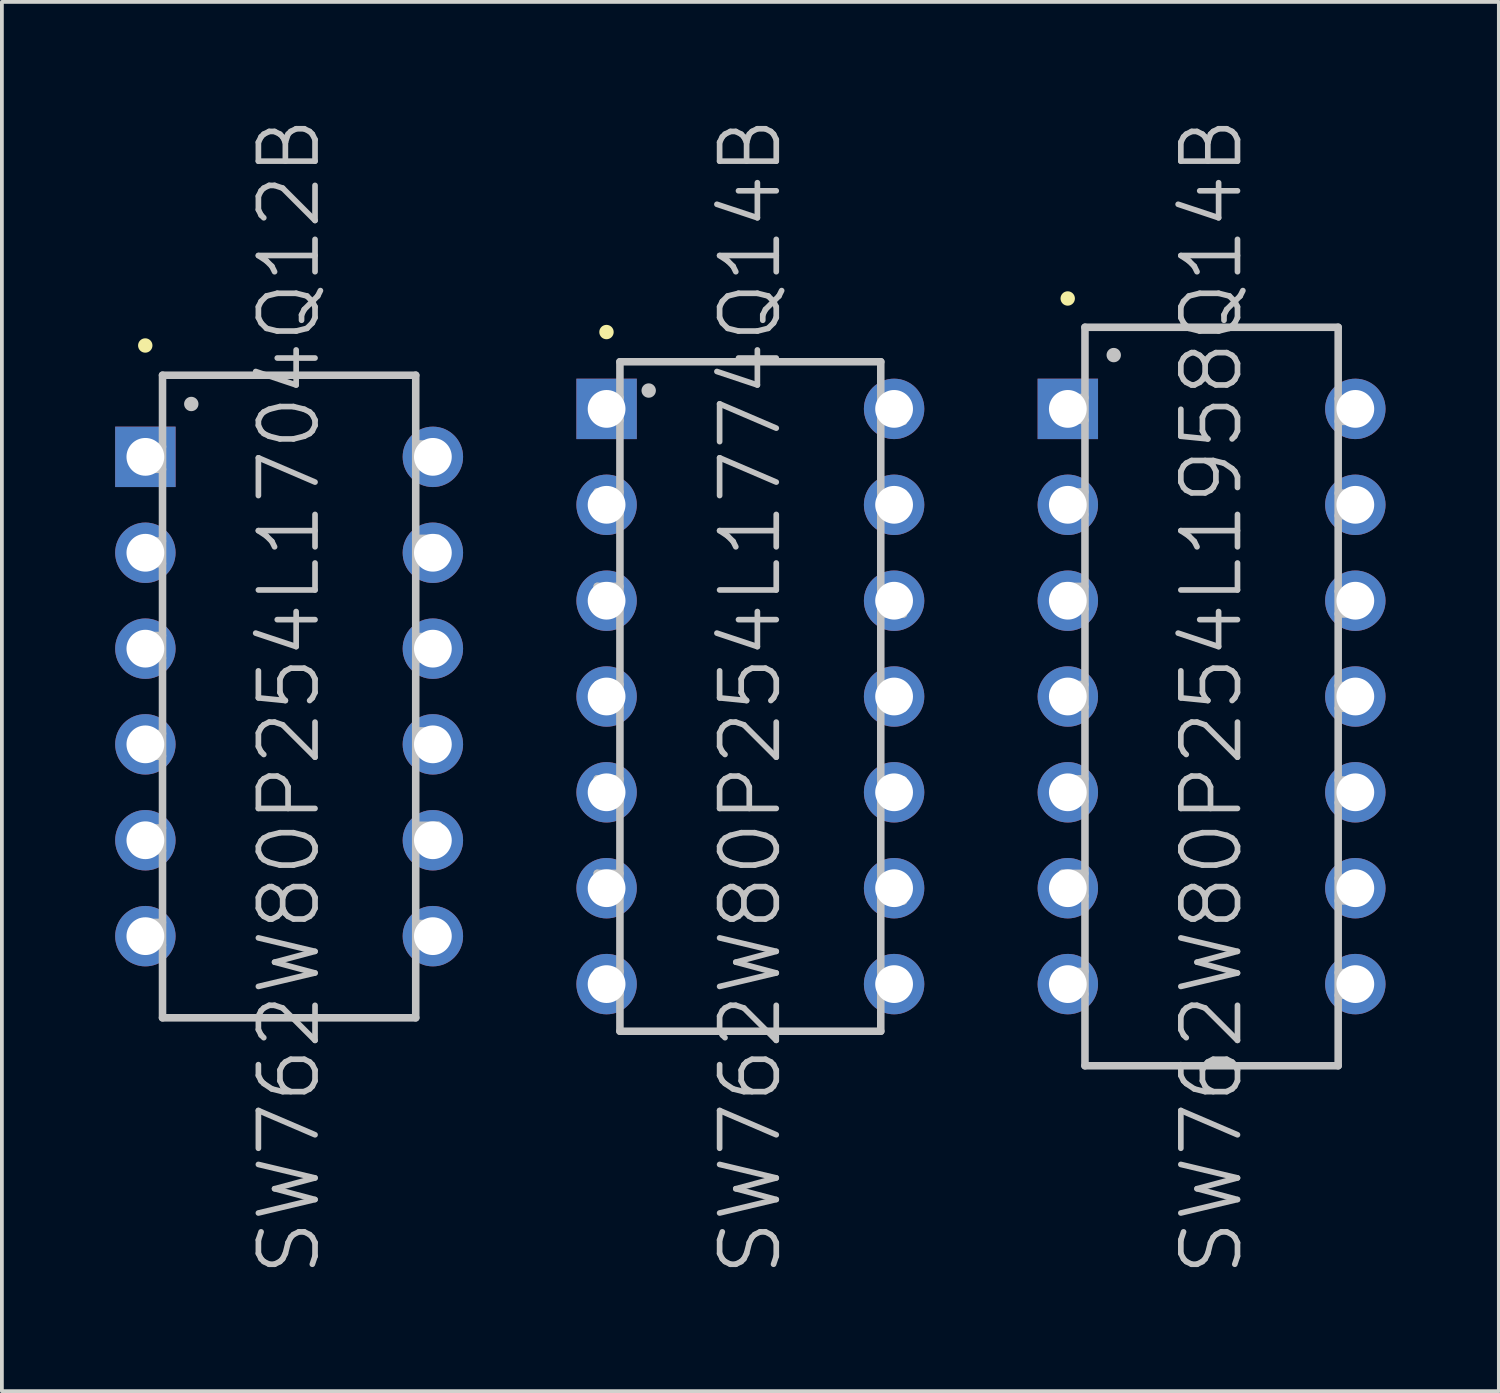
<source format=kicad_pcb>
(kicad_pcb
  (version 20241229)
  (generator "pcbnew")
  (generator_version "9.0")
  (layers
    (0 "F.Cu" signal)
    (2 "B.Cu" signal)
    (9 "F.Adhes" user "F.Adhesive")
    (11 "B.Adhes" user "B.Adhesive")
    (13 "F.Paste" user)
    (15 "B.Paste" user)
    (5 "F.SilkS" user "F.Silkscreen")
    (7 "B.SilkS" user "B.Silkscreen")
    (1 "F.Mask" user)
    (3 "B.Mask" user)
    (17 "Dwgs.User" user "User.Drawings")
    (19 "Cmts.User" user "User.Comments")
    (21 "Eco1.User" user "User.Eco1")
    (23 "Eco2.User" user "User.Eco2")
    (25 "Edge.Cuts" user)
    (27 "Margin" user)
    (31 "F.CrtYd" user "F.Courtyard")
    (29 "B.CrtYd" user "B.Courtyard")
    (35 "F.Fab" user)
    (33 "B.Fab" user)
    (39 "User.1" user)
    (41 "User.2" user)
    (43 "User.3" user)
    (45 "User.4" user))
  (footprint "SW762W80P254L1774Q14B"
    (layer "F.Cu")
    (at 16.822 15.396)
    (property "Reference" "SW762W80P254L1774Q14B" (at 0 0 90) (layer "Dwgs.User") (effects (font (size 1.5 1.5) (thickness 0.15))))
    (attr through_hole)
    (fp_line (start -3.81 -9.652) (end -3.81 -9.652) (stroke (width 0.381) (type solid)) (layer "F.SilkS"))
    (fp_line (start -4.054 -5.418) (end -4.054 -4.818) (stroke (width 0.2) (type solid)) (layer "Dwgs.User"))
    (fp_line (start -4.054 -4.818) (end -3.454 -4.818) (stroke (width 0.2) (type solid)) (layer "Dwgs.User"))
    (fp_line (start -4.054 -2.916) (end -4.054 -2.316) (stroke (width 0.2) (type solid)) (layer "Dwgs.User"))
    (fp_line (start -4.054 -2.316) (end -3.454 -2.316) (stroke (width 0.2) (type solid)) (layer "Dwgs.User"))
    (fp_line (start -4.054 2.182) (end -4.054 2.781) (stroke (width 0.2) (type solid)) (layer "Dwgs.User"))
    (fp_line (start -4.054 2.781) (end -3.454 2.781) (stroke (width 0.2) (type solid)) (layer "Dwgs.User"))
    (fp_line (start -4.054 4.684) (end -4.054 5.283) (stroke (width 0.2) (type solid)) (layer "Dwgs.User"))
    (fp_line (start -4.054 5.283) (end -3.454 5.283) (stroke (width 0.2) (type solid)) (layer "Dwgs.User"))
    (fp_line (start -4.051 -7.917) (end -4.051 -7.318) (stroke (width 0.2) (type solid)) (layer "Dwgs.User"))
    (fp_line (start -4.051 -7.318) (end -3.452 -7.318) (stroke (width 0.2) (type solid)) (layer "Dwgs.User"))
    (fp_line (start -4.051 -0.318) (end -4.051 0.282) (stroke (width 0.2) (type solid)) (layer "Dwgs.User"))
    (fp_line (start -4.051 0.282) (end -3.452 0.282) (stroke (width 0.2) (type solid)) (layer "Dwgs.User"))
    (fp_line (start -4.051 7.282) (end -4.051 7.882) (stroke (width 0.2) (type solid)) (layer "Dwgs.User"))
    (fp_line (start -4.051 7.882) (end -3.452 7.882) (stroke (width 0.2) (type solid)) (layer "Dwgs.User"))
    (fp_line (start -3.454 -8.865) (end -3.454 8.865) (stroke (width 0.2) (type solid)) (layer "Dwgs.User"))
    (fp_line (start -3.454 -8.865) (end 3.454 -8.865) (stroke (width 0.2) (type solid)) (layer "Dwgs.User"))
    (fp_line (start -3.454 -5.418) (end -4.054 -5.418) (stroke (width 0.2) (type solid)) (layer "Dwgs.User"))
    (fp_line (start -3.454 -2.916) (end -4.054 -2.916) (stroke (width 0.2) (type solid)) (layer "Dwgs.User"))
    (fp_line (start -3.454 2.182) (end -4.054 2.182) (stroke (width 0.2) (type solid)) (layer "Dwgs.User"))
    (fp_line (start -3.454 4.684) (end -4.054 4.684) (stroke (width 0.2) (type solid)) (layer "Dwgs.User"))
    (fp_line (start -3.454 8.865) (end 3.454 8.865) (stroke (width 0.2) (type solid)) (layer "Dwgs.User"))
    (fp_line (start -3.452 -7.917) (end -4.051 -7.917) (stroke (width 0.2) (type solid)) (layer "Dwgs.User"))
    (fp_line (start -3.452 -0.318) (end -4.051 -0.318) (stroke (width 0.2) (type solid)) (layer "Dwgs.User"))
    (fp_line (start -3.452 7.282) (end -4.051 7.282) (stroke (width 0.2) (type solid)) (layer "Dwgs.User"))
    (fp_line (start -2.692 -8.103) (end -2.692 -8.103) (stroke (width 0.381) (type solid)) (layer "Dwgs.User"))
    (fp_line (start 3.454 -8.865) (end 3.454 8.865) (stroke (width 0.2) (type solid)) (layer "Dwgs.User"))
    (fp_line (start 3.454 -7.287) (end 4.054 -7.287) (stroke (width 0.2) (type solid)) (layer "Dwgs.User"))
    (fp_line (start 3.454 -4.788) (end 4.054 -4.788) (stroke (width 0.2) (type solid)) (layer "Dwgs.User"))
    (fp_line (start 3.454 -2.187) (end 4.054 -2.187) (stroke (width 0.2) (type solid)) (layer "Dwgs.User"))
    (fp_line (start 3.454 0.312) (end 4.054 0.312) (stroke (width 0.2) (type solid)) (layer "Dwgs.User"))
    (fp_line (start 3.454 2.812) (end 4.054 2.812) (stroke (width 0.2) (type solid)) (layer "Dwgs.User"))
    (fp_line (start 3.454 5.413) (end 4.054 5.413) (stroke (width 0.2) (type solid)) (layer "Dwgs.User"))
    (fp_line (start 3.454 7.912) (end 4.054 7.912) (stroke (width 0.2) (type solid)) (layer "Dwgs.User"))
    (fp_line (start 4.054 -7.887) (end 3.454 -7.887) (stroke (width 0.2) (type solid)) (layer "Dwgs.User"))
    (fp_line (start 4.054 -7.287) (end 4.054 -7.887) (stroke (width 0.2) (type solid)) (layer "Dwgs.User"))
    (fp_line (start 4.054 -5.387) (end 3.454 -5.387) (stroke (width 0.2) (type solid)) (layer "Dwgs.User"))
    (fp_line (start 4.054 -4.788) (end 4.054 -5.387) (stroke (width 0.2) (type solid)) (layer "Dwgs.User"))
    (fp_line (start 4.054 -2.786) (end 3.454 -2.786) (stroke (width 0.2) (type solid)) (layer "Dwgs.User"))
    (fp_line (start 4.054 -2.187) (end 4.054 -2.786) (stroke (width 0.2) (type solid)) (layer "Dwgs.User"))
    (fp_line (start 4.054 -0.287) (end 3.454 -0.287) (stroke (width 0.2) (type solid)) (layer "Dwgs.User"))
    (fp_line (start 4.054 0.312) (end 4.054 -0.287) (stroke (width 0.2) (type solid)) (layer "Dwgs.User"))
    (fp_line (start 4.054 2.212) (end 3.454 2.212) (stroke (width 0.2) (type solid)) (layer "Dwgs.User"))
    (fp_line (start 4.054 2.812) (end 4.054 2.212) (stroke (width 0.2) (type solid)) (layer "Dwgs.User"))
    (fp_line (start 4.054 4.813) (end 3.454 4.813) (stroke (width 0.2) (type solid)) (layer "Dwgs.User"))
    (fp_line (start 4.054 5.413) (end 4.054 4.813) (stroke (width 0.2) (type solid)) (layer "Dwgs.User"))
    (fp_line (start 4.054 7.313) (end 3.454 7.313) (stroke (width 0.2) (type solid)) (layer "Dwgs.User"))
    (fp_line (start 4.054 7.912) (end 4.054 7.313) (stroke (width 0.2) (type solid)) (layer "Dwgs.User"))
    (pad "1" thru_hole rect (at -3.807 -7.617 180) (size 1.6 1.6) (drill 1) (layers "*.Cu" "*.Mask"))
    (pad "2" thru_hole circle (at -3.807 -5.077 180) (size 1.6 1.6) (drill 1) (layers "*.Cu" "*.Mask"))
    (pad "3" thru_hole circle (at -3.807 -2.537 180) (size 1.6 1.6) (drill 1) (layers "*.Cu" "*.Mask"))
    (pad "4" thru_hole circle (at -3.807 0 180) (size 1.6 1.6) (drill 1) (layers "*.Cu" "*.Mask"))
    (pad "5" thru_hole circle (at -3.807 2.537 180) (size 1.6 1.6) (drill 1) (layers "*.Cu" "*.Mask"))
    (pad "6" thru_hole circle (at -3.807 5.077 180) (size 1.6 1.6) (drill 1) (layers "*.Cu" "*.Mask"))
    (pad "7" thru_hole circle (at -3.807 7.617 180) (size 1.6 1.6) (drill 1) (layers "*.Cu" "*.Mask"))
    (pad "8" thru_hole circle (at 3.807 7.617 180) (size 1.6 1.6) (drill 1) (layers "*.Cu" "*.Mask"))
    (pad "9" thru_hole circle (at 3.807 5.077 180) (size 1.6 1.6) (drill 1) (layers "*.Cu" "*.Mask"))
    (pad "10" thru_hole circle (at 3.807 2.537 180) (size 1.6 1.6) (drill 1) (layers "*.Cu" "*.Mask"))
    (pad "11" thru_hole circle (at 3.807 0 180) (size 1.6 1.6) (drill 1) (layers "*.Cu" "*.Mask"))
    (pad "12" thru_hole circle (at 3.807 -2.537 180) (size 1.6 1.6) (drill 1) (layers "*.Cu" "*.Mask"))
    (pad "13" thru_hole circle (at 3.807 -5.077 180) (size 1.6 1.6) (drill 1) (layers "*.Cu" "*.Mask"))
    (pad "14" thru_hole circle (at 3.807 -7.617 180) (size 1.6 1.6) (drill 1) (layers "*.Cu" "*.Mask")))
  (footprint "SW762W80P254L1704Q12B"
    (layer "F.Cu")
    (at 4.607 15.396)
    (property "Reference" "SW762W80P254L1704Q12B" (at 0 0 90) (layer "Dwgs.User") (effects (font (size 1.5 1.5) (thickness 0.15))))
    (attr through_hole)
    (fp_line (start -3.81 -9.296) (end -3.81 -9.296) (stroke (width 0.381) (type solid)) (layer "F.SilkS"))
    (fp_line (start -3.955 -4.117) (end -3.955 -3.518) (stroke (width 0.2) (type solid)) (layer "Dwgs.User"))
    (fp_line (start -3.955 -3.518) (end -3.355 -3.518) (stroke (width 0.2) (type solid)) (layer "Dwgs.User"))
    (fp_line (start -3.955 -1.615) (end -3.955 -1.016) (stroke (width 0.2) (type solid)) (layer "Dwgs.User"))
    (fp_line (start -3.955 -1.016) (end -3.355 -1.016) (stroke (width 0.2) (type solid)) (layer "Dwgs.User"))
    (fp_line (start -3.955 3.482) (end -3.955 4.082) (stroke (width 0.2) (type solid)) (layer "Dwgs.User"))
    (fp_line (start -3.955 4.082) (end -3.355 4.082) (stroke (width 0.2) (type solid)) (layer "Dwgs.User"))
    (fp_line (start -3.955 5.984) (end -3.955 6.584) (stroke (width 0.2) (type solid)) (layer "Dwgs.User"))
    (fp_line (start -3.955 6.584) (end -3.355 6.584) (stroke (width 0.2) (type solid)) (layer "Dwgs.User"))
    (fp_line (start -3.952 -6.617) (end -3.952 -6.017) (stroke (width 0.2) (type solid)) (layer "Dwgs.User"))
    (fp_line (start -3.952 -6.017) (end -3.353 -6.017) (stroke (width 0.2) (type solid)) (layer "Dwgs.User"))
    (fp_line (start -3.952 0.983) (end -3.952 1.582) (stroke (width 0.2) (type solid)) (layer "Dwgs.User"))
    (fp_line (start -3.952 1.582) (end -3.353 1.582) (stroke (width 0.2) (type solid)) (layer "Dwgs.User"))
    (fp_line (start -3.355 -4.117) (end -3.955 -4.117) (stroke (width 0.2) (type solid)) (layer "Dwgs.User"))
    (fp_line (start -3.355 -1.615) (end -3.955 -1.615) (stroke (width 0.2) (type solid)) (layer "Dwgs.User"))
    (fp_line (start -3.355 3.482) (end -3.955 3.482) (stroke (width 0.2) (type solid)) (layer "Dwgs.User"))
    (fp_line (start -3.355 5.984) (end -3.955 5.984) (stroke (width 0.2) (type solid)) (layer "Dwgs.User"))
    (fp_line (start -3.353 -8.509) (end -3.353 8.509) (stroke (width 0.2) (type solid)) (layer "Dwgs.User"))
    (fp_line (start -3.353 -8.509) (end 3.353 -8.509) (stroke (width 0.2) (type solid)) (layer "Dwgs.User"))
    (fp_line (start -3.353 -6.617) (end -3.952 -6.617) (stroke (width 0.2) (type solid)) (layer "Dwgs.User"))
    (fp_line (start -3.353 0.983) (end -3.952 0.983) (stroke (width 0.2) (type solid)) (layer "Dwgs.User"))
    (fp_line (start -3.353 8.509) (end 3.353 8.509) (stroke (width 0.2) (type solid)) (layer "Dwgs.User"))
    (fp_line (start -2.591 -7.747) (end -2.591 -7.747) (stroke (width 0.381) (type solid)) (layer "Dwgs.User"))
    (fp_line (start 3.353 -8.509) (end 3.353 8.509) (stroke (width 0.2) (type solid)) (layer "Dwgs.User"))
    (fp_line (start 3.353 -6.088) (end 3.952 -6.088) (stroke (width 0.2) (type solid)) (layer "Dwgs.User"))
    (fp_line (start 3.353 -3.589) (end 3.952 -3.589) (stroke (width 0.2) (type solid)) (layer "Dwgs.User"))
    (fp_line (start 3.353 -0.988) (end 3.952 -0.988) (stroke (width 0.2) (type solid)) (layer "Dwgs.User"))
    (fp_line (start 3.353 1.511) (end 3.952 1.511) (stroke (width 0.2) (type solid)) (layer "Dwgs.User"))
    (fp_line (start 3.353 4.011) (end 3.952 4.011) (stroke (width 0.2) (type solid)) (layer "Dwgs.User"))
    (fp_line (start 3.353 6.612) (end 3.952 6.612) (stroke (width 0.2) (type solid)) (layer "Dwgs.User"))
    (fp_line (start 3.952 -6.688) (end 3.353 -6.688) (stroke (width 0.2) (type solid)) (layer "Dwgs.User"))
    (fp_line (start 3.952 -6.088) (end 3.952 -6.688) (stroke (width 0.2) (type solid)) (layer "Dwgs.User"))
    (fp_line (start 3.952 -4.188) (end 3.353 -4.188) (stroke (width 0.2) (type solid)) (layer "Dwgs.User"))
    (fp_line (start 3.952 -3.589) (end 3.952 -4.188) (stroke (width 0.2) (type solid)) (layer "Dwgs.User"))
    (fp_line (start 3.952 -1.587) (end 3.353 -1.587) (stroke (width 0.2) (type solid)) (layer "Dwgs.User"))
    (fp_line (start 3.952 -0.988) (end 3.952 -1.587) (stroke (width 0.2) (type solid)) (layer "Dwgs.User"))
    (fp_line (start 3.952 0.912) (end 3.353 0.912) (stroke (width 0.2) (type solid)) (layer "Dwgs.User"))
    (fp_line (start 3.952 1.511) (end 3.952 0.912) (stroke (width 0.2) (type solid)) (layer "Dwgs.User"))
    (fp_line (start 3.952 3.411) (end 3.353 3.411) (stroke (width 0.2) (type solid)) (layer "Dwgs.User"))
    (fp_line (start 3.952 4.011) (end 3.952 3.411) (stroke (width 0.2) (type solid)) (layer "Dwgs.User"))
    (fp_line (start 3.952 6.012) (end 3.353 6.012) (stroke (width 0.2) (type solid)) (layer "Dwgs.User"))
    (fp_line (start 3.952 6.612) (end 3.952 6.012) (stroke (width 0.2) (type solid)) (layer "Dwgs.User"))
    (pad "1" thru_hole rect (at -3.807 -6.347 180) (size 1.6 1.6) (drill 1) (layers "*.Cu" "*.Mask"))
    (pad "2" thru_hole circle (at -3.807 -3.807 180) (size 1.6 1.6) (drill 1) (layers "*.Cu" "*.Mask"))
    (pad "3" thru_hole circle (at -3.807 -1.267 180) (size 1.6 1.6) (drill 1) (layers "*.Cu" "*.Mask"))
    (pad "4" thru_hole circle (at -3.807 1.267 180) (size 1.6 1.6) (drill 1) (layers "*.Cu" "*.Mask"))
    (pad "5" thru_hole circle (at -3.807 3.807 180) (size 1.6 1.6) (drill 1) (layers "*.Cu" "*.Mask"))
    (pad "6" thru_hole circle (at -3.807 6.347 180) (size 1.6 1.6) (drill 1) (layers "*.Cu" "*.Mask"))
    (pad "7" thru_hole circle (at 3.807 6.347 180) (size 1.6 1.6) (drill 1) (layers "*.Cu" "*.Mask"))
    (pad "8" thru_hole circle (at 3.807 3.807 180) (size 1.6 1.6) (drill 1) (layers "*.Cu" "*.Mask"))
    (pad "9" thru_hole circle (at 3.807 1.267 180) (size 1.6 1.6) (drill 1) (layers "*.Cu" "*.Mask"))
    (pad "10" thru_hole circle (at 3.807 -1.267 180) (size 1.6 1.6) (drill 1) (layers "*.Cu" "*.Mask"))
    (pad "11" thru_hole circle (at 3.807 -3.807 180) (size 1.6 1.6) (drill 1) (layers "*.Cu" "*.Mask"))
    (pad "12" thru_hole circle (at 3.807 -6.347 180) (size 1.6 1.6) (drill 1) (layers "*.Cu" "*.Mask")))
  (footprint "SW762W80P254L1958Q14B"
    (layer "F.Cu")
    (at 29.037 15.396)
    (property "Reference" "SW762W80P254L1958Q14B" (at 0 0 90) (layer "Dwgs.User") (effects (font (size 1.5 1.5) (thickness 0.15))))
    (attr through_hole)
    (fp_line (start -3.81 -10.541) (end -3.81 -10.541) (stroke (width 0.381) (type solid)) (layer "F.SilkS"))
    (fp_line (start -3.955 -5.418) (end -3.955 -4.818) (stroke (width 0.2) (type solid)) (layer "Dwgs.User"))
    (fp_line (start -3.955 -4.818) (end -3.355 -4.818) (stroke (width 0.2) (type solid)) (layer "Dwgs.User"))
    (fp_line (start -3.955 -2.916) (end -3.955 -2.316) (stroke (width 0.2) (type solid)) (layer "Dwgs.User"))
    (fp_line (start -3.955 -2.316) (end -3.355 -2.316) (stroke (width 0.2) (type solid)) (layer "Dwgs.User"))
    (fp_line (start -3.955 2.182) (end -3.955 2.781) (stroke (width 0.2) (type solid)) (layer "Dwgs.User"))
    (fp_line (start -3.955 2.781) (end -3.355 2.781) (stroke (width 0.2) (type solid)) (layer "Dwgs.User"))
    (fp_line (start -3.955 4.684) (end -3.955 5.283) (stroke (width 0.2) (type solid)) (layer "Dwgs.User"))
    (fp_line (start -3.955 5.283) (end -3.355 5.283) (stroke (width 0.2) (type solid)) (layer "Dwgs.User"))
    (fp_line (start -3.952 -7.917) (end -3.952 -7.318) (stroke (width 0.2) (type solid)) (layer "Dwgs.User"))
    (fp_line (start -3.952 -7.318) (end -3.353 -7.318) (stroke (width 0.2) (type solid)) (layer "Dwgs.User"))
    (fp_line (start -3.952 -0.318) (end -3.952 0.282) (stroke (width 0.2) (type solid)) (layer "Dwgs.User"))
    (fp_line (start -3.952 0.282) (end -3.353 0.282) (stroke (width 0.2) (type solid)) (layer "Dwgs.User"))
    (fp_line (start -3.952 7.282) (end -3.952 7.882) (stroke (width 0.2) (type solid)) (layer "Dwgs.User"))
    (fp_line (start -3.952 7.882) (end -3.353 7.882) (stroke (width 0.2) (type solid)) (layer "Dwgs.User"))
    (fp_line (start -3.355 -5.418) (end -3.955 -5.418) (stroke (width 0.2) (type solid)) (layer "Dwgs.User"))
    (fp_line (start -3.355 -2.916) (end -3.955 -2.916) (stroke (width 0.2) (type solid)) (layer "Dwgs.User"))
    (fp_line (start -3.355 2.182) (end -3.955 2.182) (stroke (width 0.2) (type solid)) (layer "Dwgs.User"))
    (fp_line (start -3.355 4.684) (end -3.955 4.684) (stroke (width 0.2) (type solid)) (layer "Dwgs.User"))
    (fp_line (start -3.353 -9.779) (end -3.353 9.779) (stroke (width 0.2) (type solid)) (layer "Dwgs.User"))
    (fp_line (start -3.353 -9.779) (end 3.353 -9.779) (stroke (width 0.2) (type solid)) (layer "Dwgs.User"))
    (fp_line (start -3.353 -7.917) (end -3.952 -7.917) (stroke (width 0.2) (type solid)) (layer "Dwgs.User"))
    (fp_line (start -3.353 -0.318) (end -3.952 -0.318) (stroke (width 0.2) (type solid)) (layer "Dwgs.User"))
    (fp_line (start -3.353 7.282) (end -3.952 7.282) (stroke (width 0.2) (type solid)) (layer "Dwgs.User"))
    (fp_line (start -3.353 9.779) (end 3.353 9.779) (stroke (width 0.2) (type solid)) (layer "Dwgs.User"))
    (fp_line (start -2.591 -9.042) (end -2.591 -9.042) (stroke (width 0.381) (type solid)) (layer "Dwgs.User"))
    (fp_line (start 3.353 -9.779) (end 3.353 9.779) (stroke (width 0.2) (type solid)) (layer "Dwgs.User"))
    (fp_line (start 3.353 -7.287) (end 3.952 -7.287) (stroke (width 0.2) (type solid)) (layer "Dwgs.User"))
    (fp_line (start 3.353 -4.788) (end 3.952 -4.788) (stroke (width 0.2) (type solid)) (layer "Dwgs.User"))
    (fp_line (start 3.353 -2.187) (end 3.952 -2.187) (stroke (width 0.2) (type solid)) (layer "Dwgs.User"))
    (fp_line (start 3.353 0.312) (end 3.952 0.312) (stroke (width 0.2) (type solid)) (layer "Dwgs.User"))
    (fp_line (start 3.353 2.812) (end 3.952 2.812) (stroke (width 0.2) (type solid)) (layer "Dwgs.User"))
    (fp_line (start 3.353 5.413) (end 3.952 5.413) (stroke (width 0.2) (type solid)) (layer "Dwgs.User"))
    (fp_line (start 3.353 7.912) (end 3.952 7.912) (stroke (width 0.2) (type solid)) (layer "Dwgs.User"))
    (fp_line (start 3.952 -7.887) (end 3.353 -7.887) (stroke (width 0.2) (type solid)) (layer "Dwgs.User"))
    (fp_line (start 3.952 -7.287) (end 3.952 -7.887) (stroke (width 0.2) (type solid)) (layer "Dwgs.User"))
    (fp_line (start 3.952 -5.387) (end 3.353 -5.387) (stroke (width 0.2) (type solid)) (layer "Dwgs.User"))
    (fp_line (start 3.952 -4.788) (end 3.952 -5.387) (stroke (width 0.2) (type solid)) (layer "Dwgs.User"))
    (fp_line (start 3.952 -2.786) (end 3.353 -2.786) (stroke (width 0.2) (type solid)) (layer "Dwgs.User"))
    (fp_line (start 3.952 -2.187) (end 3.952 -2.786) (stroke (width 0.2) (type solid)) (layer "Dwgs.User"))
    (fp_line (start 3.952 -0.287) (end 3.353 -0.287) (stroke (width 0.2) (type solid)) (layer "Dwgs.User"))
    (fp_line (start 3.952 0.312) (end 3.952 -0.287) (stroke (width 0.2) (type solid)) (layer "Dwgs.User"))
    (fp_line (start 3.952 2.212) (end 3.353 2.212) (stroke (width 0.2) (type solid)) (layer "Dwgs.User"))
    (fp_line (start 3.952 2.812) (end 3.952 2.212) (stroke (width 0.2) (type solid)) (layer "Dwgs.User"))
    (fp_line (start 3.952 4.813) (end 3.353 4.813) (stroke (width 0.2) (type solid)) (layer "Dwgs.User"))
    (fp_line (start 3.952 5.413) (end 3.952 4.813) (stroke (width 0.2) (type solid)) (layer "Dwgs.User"))
    (fp_line (start 3.952 7.313) (end 3.353 7.313) (stroke (width 0.2) (type solid)) (layer "Dwgs.User"))
    (fp_line (start 3.952 7.912) (end 3.952 7.313) (stroke (width 0.2) (type solid)) (layer "Dwgs.User"))
    (pad "1" thru_hole rect (at -3.807 -7.617 180) (size 1.6 1.6) (drill 1) (layers "*.Cu" "*.Mask"))
    (pad "2" thru_hole circle (at -3.807 -5.077 180) (size 1.6 1.6) (drill 1) (layers "*.Cu" "*.Mask"))
    (pad "3" thru_hole circle (at -3.807 -2.537 180) (size 1.6 1.6) (drill 1) (layers "*.Cu" "*.Mask"))
    (pad "4" thru_hole circle (at -3.807 0 180) (size 1.6 1.6) (drill 1) (layers "*.Cu" "*.Mask"))
    (pad "5" thru_hole circle (at -3.807 2.537 180) (size 1.6 1.6) (drill 1) (layers "*.Cu" "*.Mask"))
    (pad "6" thru_hole circle (at -3.807 5.077 180) (size 1.6 1.6) (drill 1) (layers "*.Cu" "*.Mask"))
    (pad "7" thru_hole circle (at -3.807 7.617 180) (size 1.6 1.6) (drill 1) (layers "*.Cu" "*.Mask"))
    (pad "8" thru_hole circle (at 3.807 7.617 180) (size 1.6 1.6) (drill 1) (layers "*.Cu" "*.Mask"))
    (pad "9" thru_hole circle (at 3.807 5.077 180) (size 1.6 1.6) (drill 1) (layers "*.Cu" "*.Mask"))
    (pad "10" thru_hole circle (at 3.807 2.537 180) (size 1.6 1.6) (drill 1) (layers "*.Cu" "*.Mask"))
    (pad "11" thru_hole circle (at 3.807 0 180) (size 1.6 1.6) (drill 1) (layers "*.Cu" "*.Mask"))
    (pad "12" thru_hole circle (at 3.807 -2.537 180) (size 1.6 1.6) (drill 1) (layers "*.Cu" "*.Mask"))
    (pad "13" thru_hole circle (at 3.807 -5.077 180) (size 1.6 1.6) (drill 1) (layers "*.Cu" "*.Mask"))
    (pad "14" thru_hole circle (at 3.807 -7.617 180) (size 1.6 1.6) (drill 1) (layers "*.Cu" "*.Mask")))
  (gr_rect
    (start -3 -3)
    (end 36.645 33.793)
    (stroke (width 0.1) (type default))
    (fill no)
    (layer "Edge.Cuts")))
</source>
